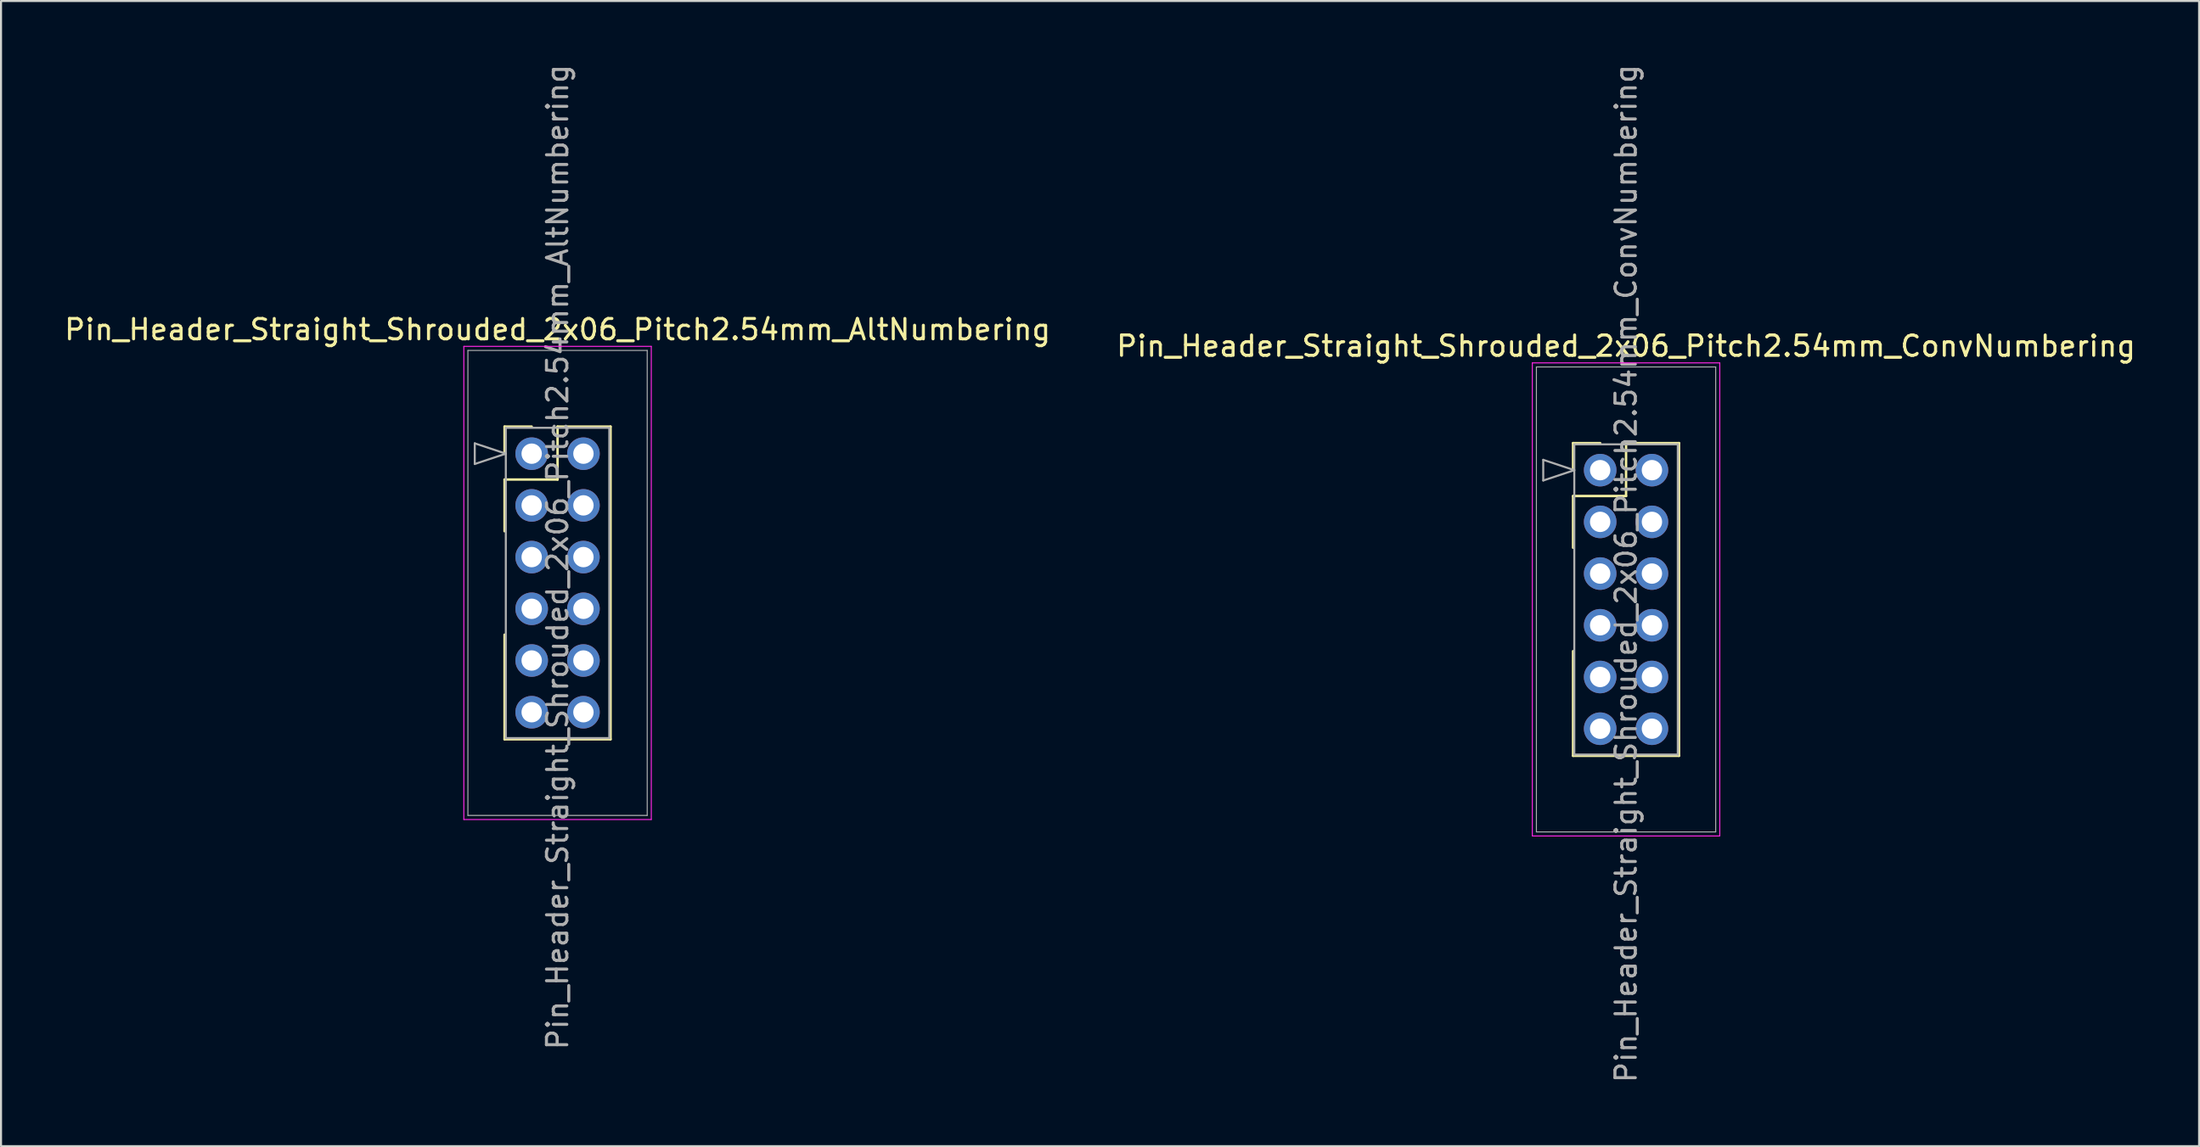
<source format=kicad_pcb>
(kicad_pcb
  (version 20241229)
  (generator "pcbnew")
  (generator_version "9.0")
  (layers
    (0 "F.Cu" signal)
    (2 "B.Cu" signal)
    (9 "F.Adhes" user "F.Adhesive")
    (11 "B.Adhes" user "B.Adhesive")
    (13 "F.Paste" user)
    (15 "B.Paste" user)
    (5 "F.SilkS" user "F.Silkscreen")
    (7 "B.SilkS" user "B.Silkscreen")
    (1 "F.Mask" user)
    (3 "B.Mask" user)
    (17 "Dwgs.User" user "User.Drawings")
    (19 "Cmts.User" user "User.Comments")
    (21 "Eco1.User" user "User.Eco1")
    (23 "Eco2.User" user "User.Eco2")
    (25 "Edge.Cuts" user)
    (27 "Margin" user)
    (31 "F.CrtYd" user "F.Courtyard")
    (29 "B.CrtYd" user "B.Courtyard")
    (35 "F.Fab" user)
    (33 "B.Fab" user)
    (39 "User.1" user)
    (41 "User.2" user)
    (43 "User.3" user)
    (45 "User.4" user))
  (footprint "Pin_Header_Straight_Shrouded_2x06_Pitch2.54mm_AltNumbering"
    (layer "F.Cu")
    (at 23.045 19.235)
    (property "Reference" "Pin_Header_Straight_Shrouded_2x06_Pitch2.54mm_AltNumbering" (at 1.27 -6.096 0) (layer "F.SilkS") (effects (font (size 1 1) (thickness 0.15))))
    (attr through_hole)
    (fp_line (start -1.33 -1.33) (end 0 -1.33) (stroke (width 0.12) (type solid)) (layer "F.SilkS"))
    (fp_line (start -1.33 0) (end -1.33 -1.33) (stroke (width 0.12) (type solid)) (layer "F.SilkS"))
    (fp_line (start -1.33 1.27) (end -1.33 3.81) (stroke (width 0.12) (type solid)) (layer "F.SilkS"))
    (fp_line (start -1.33 1.27) (end 1.27 1.27) (stroke (width 0.12) (type solid)) (layer "F.SilkS"))
    (fp_line (start -1.33 8.89) (end -1.33 14.03) (stroke (width 0.12) (type solid)) (layer "F.SilkS"))
    (fp_line (start -1.33 14.03) (end 3.87 14.03) (stroke (width 0.12) (type solid)) (layer "F.SilkS"))
    (fp_line (start 1.27 -1.33) (end 3.87 -1.33) (stroke (width 0.12) (type solid)) (layer "F.SilkS"))
    (fp_line (start 1.27 1.27) (end 1.27 -1.33) (stroke (width 0.12) (type solid)) (layer "F.SilkS"))
    (fp_line (start 3.87 -1.33) (end 3.87 14.03) (stroke (width 0.12) (type solid)) (layer "F.SilkS"))
    (fp_line (start -3.33 -5.27) (end -3.33 17.97) (stroke (width 0.05) (type solid)) (layer "F.CrtYd"))
    (fp_line (start -3.33 17.97) (end 5.87 17.97) (stroke (width 0.05) (type solid)) (layer "F.CrtYd"))
    (fp_line (start 5.87 -5.27) (end -3.33 -5.27) (stroke (width 0.05) (type solid)) (layer "F.CrtYd"))
    (fp_line (start 5.87 17.97) (end 5.87 -5.27) (stroke (width 0.05) (type solid)) (layer "F.CrtYd"))
    (fp_line (start -3.13 -5.07) (end -3.13 17.77) (stroke (width 0.05) (type solid)) (layer "F.Fab"))
    (fp_line (start -3.13 17.77) (end 5.67 17.77) (stroke (width 0.05) (type solid)) (layer "F.Fab"))
    (fp_line (start -2.794 -0.508) (end -1.27 0) (stroke (width 0.1) (type solid)) (layer "F.Fab"))
    (fp_line (start -2.794 0.508) (end -2.794 -0.508) (stroke (width 0.1) (type solid)) (layer "F.Fab"))
    (fp_line (start -1.27 -1.27) (end -1.27 13.97) (stroke (width 0.1) (type solid)) (layer "F.Fab"))
    (fp_line (start -1.27 0) (end -2.794 0.508) (stroke (width 0.1) (type solid)) (layer "F.Fab"))
    (fp_line (start -1.27 13.97) (end 3.81 13.97) (stroke (width 0.1) (type solid)) (layer "F.Fab"))
    (fp_line (start 3.81 -1.27) (end -1.27 -1.27) (stroke (width 0.1) (type solid)) (layer "F.Fab"))
    (fp_line (start 3.81 13.97) (end 3.81 -1.27) (stroke (width 0.1) (type solid)) (layer "F.Fab"))
    (fp_line (start 5.67 -5.07) (end -3.13 -5.07) (stroke (width 0.05) (type solid)) (layer "F.Fab"))
    (fp_line (start 5.67 17.77) (end 5.67 -5.07) (stroke (width 0.05) (type solid)) (layer "F.Fab"))
    (fp_text user "${REFERENCE}" (at 1.27 5.08 90) (layer "F.Fab") (effects (font (size 1 1) (thickness 0.15))))
    (pad "1" thru_hole oval (at 0 0) (size 1.6 1.6) (drill 1) (layers "*.Cu" "*.Mask"))
    (pad "2" thru_hole oval (at 0 2.54) (size 1.6 1.6) (drill 1) (layers "*.Cu" "*.Mask"))
    (pad "3" thru_hole oval (at 0 5.08) (size 1.6 1.6) (drill 1) (layers "*.Cu" "*.Mask"))
    (pad "4" thru_hole oval (at 0 7.62) (size 1.6 1.6) (drill 1) (layers "*.Cu" "*.Mask"))
    (pad "5" thru_hole oval (at 0 10.16) (size 1.6 1.6) (drill 1) (layers "*.Cu" "*.Mask"))
    (pad "6" thru_hole oval (at 0 12.7) (size 1.6 1.6) (drill 1) (layers "*.Cu" "*.Mask"))
    (pad "7" thru_hole oval (at 2.54 0) (size 1.6 1.6) (drill 1) (layers "*.Cu" "*.Mask"))
    (pad "8" thru_hole oval (at 2.54 2.54) (size 1.6 1.6) (drill 1) (layers "*.Cu" "*.Mask"))
    (pad "9" thru_hole oval (at 2.54 5.08) (size 1.6 1.6) (drill 1) (layers "*.Cu" "*.Mask"))
    (pad "10" thru_hole oval (at 2.54 7.62) (size 1.6 1.6) (drill 1) (layers "*.Cu" "*.Mask"))
    (pad "11" thru_hole oval (at 2.54 10.16) (size 1.6 1.6) (drill 1) (layers "*.Cu" "*.Mask"))
    (pad "12" thru_hole oval (at 2.54 12.7) (size 1.6 1.6) (drill 1) (layers "*.Cu" "*.Mask")))
  (footprint "Pin_Header_Straight_Shrouded_2x06_Pitch2.54mm_ConvNumbering"
    (layer "F.Cu")
    (at 75.486 20.045)
    (property "Reference" "Pin_Header_Straight_Shrouded_2x06_Pitch2.54mm_ConvNumbering" (at 1.27 -6.096 0) (layer "F.SilkS") (effects (font (size 1 1) (thickness 0.15))))
    (attr through_hole)
    (fp_line (start -1.33 -1.33) (end 0 -1.33) (stroke (width 0.12) (type solid)) (layer "F.SilkS"))
    (fp_line (start -1.33 0) (end -1.33 -1.33) (stroke (width 0.12) (type solid)) (layer "F.SilkS"))
    (fp_line (start -1.33 1.27) (end -1.33 3.81) (stroke (width 0.12) (type solid)) (layer "F.SilkS"))
    (fp_line (start -1.33 1.27) (end 1.27 1.27) (stroke (width 0.12) (type solid)) (layer "F.SilkS"))
    (fp_line (start -1.33 8.89) (end -1.33 14.03) (stroke (width 0.12) (type solid)) (layer "F.SilkS"))
    (fp_line (start -1.33 14.03) (end 3.87 14.03) (stroke (width 0.12) (type solid)) (layer "F.SilkS"))
    (fp_line (start 1.27 -1.33) (end 3.87 -1.33) (stroke (width 0.12) (type solid)) (layer "F.SilkS"))
    (fp_line (start 1.27 1.27) (end 1.27 -1.33) (stroke (width 0.12) (type solid)) (layer "F.SilkS"))
    (fp_line (start 3.87 -1.33) (end 3.87 14.03) (stroke (width 0.12) (type solid)) (layer "F.SilkS"))
    (fp_line (start -3.33 -5.27) (end -3.33 17.97) (stroke (width 0.05) (type solid)) (layer "F.CrtYd"))
    (fp_line (start -3.33 17.97) (end 5.87 17.97) (stroke (width 0.05) (type solid)) (layer "F.CrtYd"))
    (fp_line (start 5.87 -5.27) (end -3.33 -5.27) (stroke (width 0.05) (type solid)) (layer "F.CrtYd"))
    (fp_line (start 5.87 17.97) (end 5.87 -5.27) (stroke (width 0.05) (type solid)) (layer "F.CrtYd"))
    (fp_line (start -3.13 -5.07) (end -3.13 17.77) (stroke (width 0.05) (type solid)) (layer "F.Fab"))
    (fp_line (start -3.13 17.77) (end 5.67 17.77) (stroke (width 0.05) (type solid)) (layer "F.Fab"))
    (fp_line (start -2.794 -0.508) (end -1.27 0) (stroke (width 0.1) (type solid)) (layer "F.Fab"))
    (fp_line (start -2.794 0.508) (end -2.794 -0.508) (stroke (width 0.1) (type solid)) (layer "F.Fab"))
    (fp_line (start -1.27 -1.27) (end -1.27 13.97) (stroke (width 0.1) (type solid)) (layer "F.Fab"))
    (fp_line (start -1.27 0) (end -2.794 0.508) (stroke (width 0.1) (type solid)) (layer "F.Fab"))
    (fp_line (start -1.27 13.97) (end 3.81 13.97) (stroke (width 0.1) (type solid)) (layer "F.Fab"))
    (fp_line (start 3.81 -1.27) (end -1.27 -1.27) (stroke (width 0.1) (type solid)) (layer "F.Fab"))
    (fp_line (start 3.81 13.97) (end 3.81 -1.27) (stroke (width 0.1) (type solid)) (layer "F.Fab"))
    (fp_line (start 5.67 -5.07) (end -3.13 -5.07) (stroke (width 0.05) (type solid)) (layer "F.Fab"))
    (fp_line (start 5.67 17.77) (end 5.67 -5.07) (stroke (width 0.05) (type solid)) (layer "F.Fab"))
    (fp_text user "${REFERENCE}" (at 1.27 5.08 90) (layer "F.Fab") (effects (font (size 1 1) (thickness 0.15))))
    (pad "1" thru_hole oval (at 0 0) (size 1.6 1.6) (drill 1) (layers "*.Cu" "*.Mask"))
    (pad "2" thru_hole oval (at 2.54 0) (size 1.6 1.6) (drill 1) (layers "*.Cu" "*.Mask"))
    (pad "3" thru_hole oval (at 0 2.54) (size 1.6 1.6) (drill 1) (layers "*.Cu" "*.Mask"))
    (pad "4" thru_hole oval (at 2.54 2.54) (size 1.6 1.6) (drill 1) (layers "*.Cu" "*.Mask"))
    (pad "5" thru_hole oval (at 0 5.08) (size 1.6 1.6) (drill 1) (layers "*.Cu" "*.Mask"))
    (pad "6" thru_hole oval (at 2.54 5.08) (size 1.6 1.6) (drill 1) (layers "*.Cu" "*.Mask"))
    (pad "7" thru_hole oval (at 0 7.62) (size 1.6 1.6) (drill 1) (layers "*.Cu" "*.Mask"))
    (pad "8" thru_hole oval (at 2.54 7.62) (size 1.6 1.6) (drill 1) (layers "*.Cu" "*.Mask"))
    (pad "9" thru_hole oval (at 0 10.16) (size 1.6 1.6) (drill 1) (layers "*.Cu" "*.Mask"))
    (pad "10" thru_hole oval (at 2.54 10.16) (size 1.6 1.6) (drill 1) (layers "*.Cu" "*.Mask"))
    (pad "11" thru_hole oval (at 0 12.7) (size 1.6 1.6) (drill 1) (layers "*.Cu" "*.Mask"))
    (pad "12" thru_hole oval (at 2.54 12.7) (size 1.6 1.6) (drill 1) (layers "*.Cu" "*.Mask")))
  (gr_rect
    (start -3 -3)
    (end 104.881 53.25)
    (stroke (width 0.1) (type default))
    (fill no)
    (layer "Edge.Cuts")))
</source>
